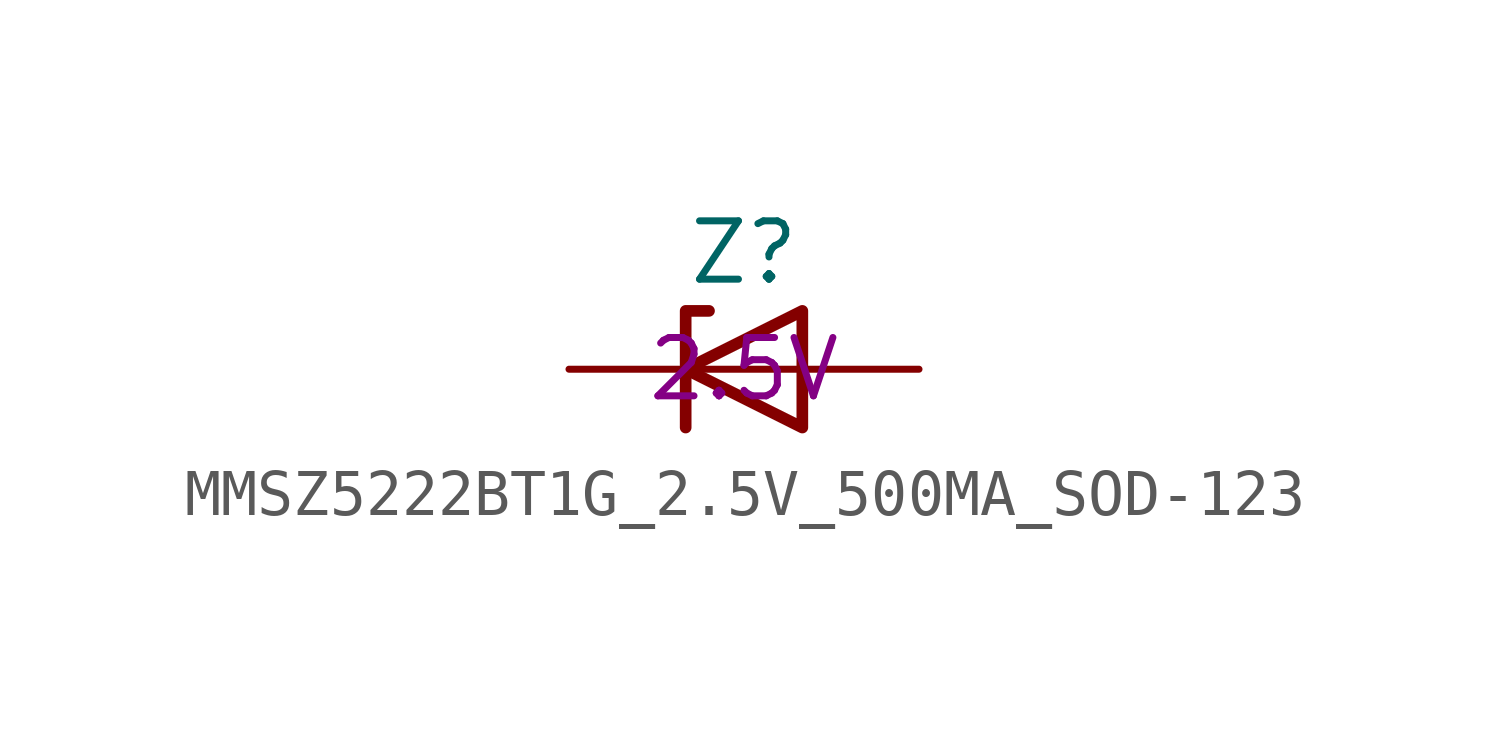
<source format=kicad_sym>
(kicad_symbol_lib
  (version 20220914)
  (generator kicad_symbol_editor)
  (symbol "MMSZ5222BT1G_2.5V_500MA_SOD-123"
    (pin_numbers hide)
    (pin_names
      (offset 1.016) hide)
    (property "Reference" "Z"
      (at 0 2.54 0)
      (effects (font (size 1.27 1.27))))
    (property "Zener Voltage" "2.5V"
      (at 0 0 0)
      (effects (font (size 1.27 1.27))))
    (symbol "MMSZ5222BT1G_2.5V_500MA_SOD-123_0_1"
      (polyline (pts (xy 1.27 0) (xy -1.27 0)) (stroke (width 0) (type default)) (fill (type none)))
      (polyline (pts (xy -1.27 -1.27) (xy -1.27 1.27) (xy -0.762 1.27)) (stroke (width 0.254) (type default)) (fill (type none)))
      (polyline (pts (xy 1.27 -1.27) (xy 1.27 1.27) (xy -1.27 0) (xy 1.27 -1.27)) (stroke (width 0.254) (type default)) (fill (type none))))
    (symbol "MMSZ5222BT1G_2.5V_500MA_SOD-123_1_1"
      (pin passive line (at -3.81 0 0) (length 2.54) (name "K" (effects (font (size 1.27 1.27)))) (number "1" (effects (font (size 1.27 1.27)))))
      (pin passive line (at 3.81 0 180) (length 2.54) (name "A" (effects (font (size 1.27 1.27)))) (number "2" (effects (font (size 1.27 1.27))))))))
</source>
